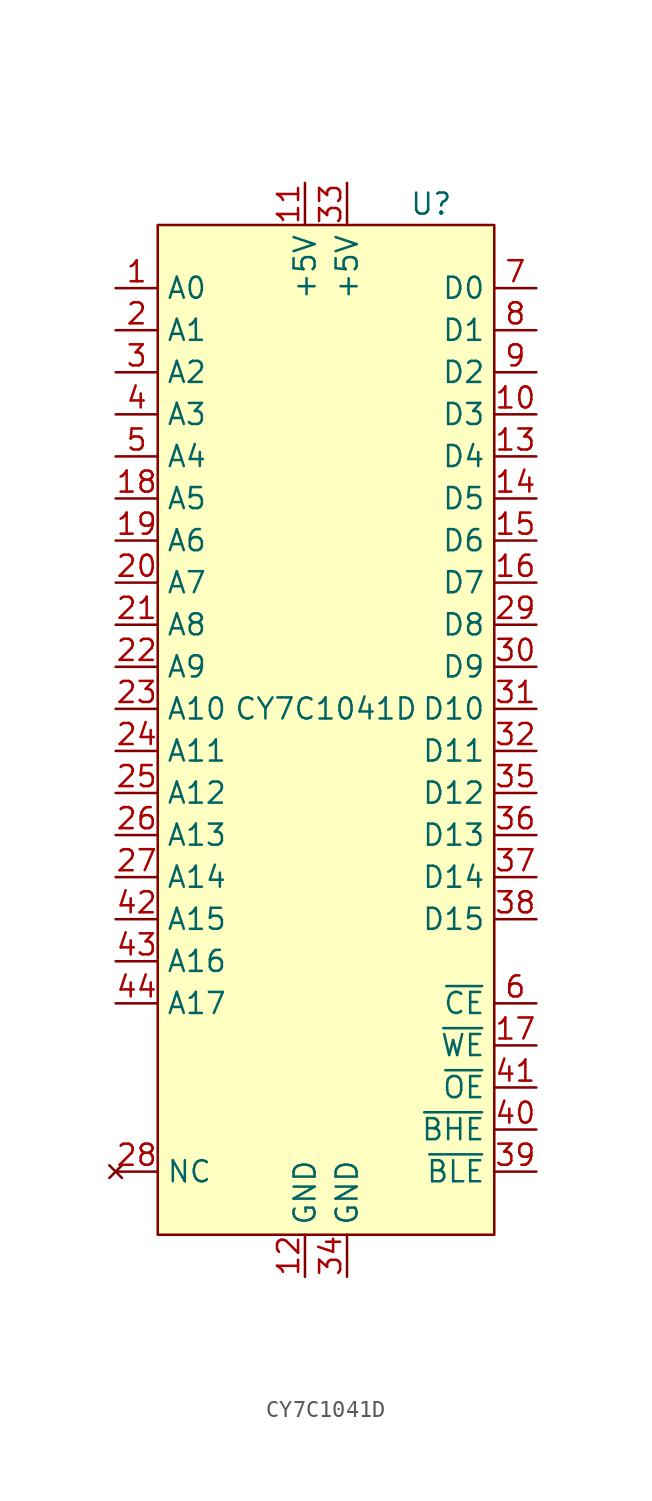
<source format=kicad_sym>
(kicad_symbol_lib
  (version 20220914)
  (generator kicad_symbol_editor)
  (symbol "CY7C1041D"
    (property "Reference" "U"
      (at 6.35 30.48 0)
      (effects (font (size 1.27 1.27))))
    (property "Value" "CY7C1041D"
      (at 0 0 0)
      (effects (font (size 1.27 1.27))))
    (symbol "CY7C1041D_1_1"
      (rectangle (start -10.16 29.21) (end 10.16 -31.75) (stroke (width 0) (type default)) (fill (type background)))
      (pin input line (at -12.7 25.4 0) (length 2.54) (name "A0" (effects (font (size 1.27 1.27)))) (number "1" (effects (font (size 1.27 1.27)))))
      (pin bidirectional line (at 12.7 17.78 180) (length 2.54) (name "D3" (effects (font (size 1.27 1.27)))) (number "10" (effects (font (size 1.27 1.27)))))
      (pin power_in line (at -1.27 31.75 270) (length 2.54) (name "+5V" (effects (font (size 1.27 1.27)))) (number "11" (effects (font (size 1.27 1.27)))))
      (pin power_in line (at -1.27 -34.29 90) (length 2.54) (name "GND" (effects (font (size 1.27 1.27)))) (number "12" (effects (font (size 1.27 1.27)))))
      (pin bidirectional line (at 12.7 15.24 180) (length 2.54) (name "D4" (effects (font (size 1.27 1.27)))) (number "13" (effects (font (size 1.27 1.27)))))
      (pin bidirectional line (at 12.7 12.7 180) (length 2.54) (name "D5" (effects (font (size 1.27 1.27)))) (number "14" (effects (font (size 1.27 1.27)))))
      (pin bidirectional line (at 12.7 10.16 180) (length 2.54) (name "D6" (effects (font (size 1.27 1.27)))) (number "15" (effects (font (size 1.27 1.27)))))
      (pin bidirectional line (at 12.7 7.62 180) (length 2.54) (name "D7" (effects (font (size 1.27 1.27)))) (number "16" (effects (font (size 1.27 1.27)))))
      (pin input line (at 12.7 -20.32 180) (length 2.54) (name "~{WE}" (effects (font (size 1.27 1.27)))) (number "17" (effects (font (size 1.27 1.27)))))
      (pin input line (at -12.7 12.7 0) (length 2.54) (name "A5" (effects (font (size 1.27 1.27)))) (number "18" (effects (font (size 1.27 1.27)))))
      (pin input line (at -12.7 10.16 0) (length 2.54) (name "A6" (effects (font (size 1.27 1.27)))) (number "19" (effects (font (size 1.27 1.27)))))
      (pin input line (at -12.7 22.86 0) (length 2.54) (name "A1" (effects (font (size 1.27 1.27)))) (number "2" (effects (font (size 1.27 1.27)))))
      (pin input line (at -12.7 7.62 0) (length 2.54) (name "A7" (effects (font (size 1.27 1.27)))) (number "20" (effects (font (size 1.27 1.27)))))
      (pin input line (at -12.7 5.08 0) (length 2.54) (name "A8" (effects (font (size 1.27 1.27)))) (number "21" (effects (font (size 1.27 1.27)))))
      (pin input line (at -12.7 2.54 0) (length 2.54) (name "A9" (effects (font (size 1.27 1.27)))) (number "22" (effects (font (size 1.27 1.27)))))
      (pin input line (at -12.7 0 0) (length 2.54) (name "A10" (effects (font (size 1.27 1.27)))) (number "23" (effects (font (size 1.27 1.27)))))
      (pin input line (at -12.7 -2.54 0) (length 2.54) (name "A11" (effects (font (size 1.27 1.27)))) (number "24" (effects (font (size 1.27 1.27)))))
      (pin input line (at -12.7 -5.08 0) (length 2.54) (name "A12" (effects (font (size 1.27 1.27)))) (number "25" (effects (font (size 1.27 1.27)))))
      (pin input line (at -12.7 -7.62 0) (length 2.54) (name "A13" (effects (font (size 1.27 1.27)))) (number "26" (effects (font (size 1.27 1.27)))))
      (pin input line (at -12.7 -10.16 0) (length 2.54) (name "A14" (effects (font (size 1.27 1.27)))) (number "27" (effects (font (size 1.27 1.27)))))
      (pin no_connect line (at -12.7 -27.94 0) (length 2.54) (name "NC" (effects (font (size 1.27 1.27)))) (number "28" (effects (font (size 1.27 1.27)))))
      (pin bidirectional line (at 12.7 5.08 180) (length 2.54) (name "D8" (effects (font (size 1.27 1.27)))) (number "29" (effects (font (size 1.27 1.27)))))
      (pin input line (at -12.7 20.32 0) (length 2.54) (name "A2" (effects (font (size 1.27 1.27)))) (number "3" (effects (font (size 1.27 1.27)))))
      (pin bidirectional line (at 12.7 2.54 180) (length 2.54) (name "D9" (effects (font (size 1.27 1.27)))) (number "30" (effects (font (size 1.27 1.27)))))
      (pin bidirectional line (at 12.7 0 180) (length 2.54) (name "D10" (effects (font (size 1.27 1.27)))) (number "31" (effects (font (size 1.27 1.27)))))
      (pin bidirectional line (at 12.7 -2.54 180) (length 2.54) (name "D11" (effects (font (size 1.27 1.27)))) (number "32" (effects (font (size 1.27 1.27)))))
      (pin power_in line (at 1.27 31.75 270) (length 2.54) (name "+5V" (effects (font (size 1.27 1.27)))) (number "33" (effects (font (size 1.27 1.27)))))
      (pin power_in line (at 1.27 -34.29 90) (length 2.54) (name "GND" (effects (font (size 1.27 1.27)))) (number "34" (effects (font (size 1.27 1.27)))))
      (pin bidirectional line (at 12.7 -5.08 180) (length 2.54) (name "D12" (effects (font (size 1.27 1.27)))) (number "35" (effects (font (size 1.27 1.27)))))
      (pin bidirectional line (at 12.7 -7.62 180) (length 2.54) (name "D13" (effects (font (size 1.27 1.27)))) (number "36" (effects (font (size 1.27 1.27)))))
      (pin bidirectional line (at 12.7 -10.16 180) (length 2.54) (name "D14" (effects (font (size 1.27 1.27)))) (number "37" (effects (font (size 1.27 1.27)))))
      (pin bidirectional line (at 12.7 -12.7 180) (length 2.54) (name "D15" (effects (font (size 1.27 1.27)))) (number "38" (effects (font (size 1.27 1.27)))))
      (pin input line (at 12.7 -27.94 180) (length 2.54) (name "~{BLE}" (effects (font (size 1.27 1.27)))) (number "39" (effects (font (size 1.27 1.27)))))
      (pin input line (at -12.7 17.78 0) (length 2.54) (name "A3" (effects (font (size 1.27 1.27)))) (number "4" (effects (font (size 1.27 1.27)))))
      (pin input line (at 12.7 -25.4 180) (length 2.54) (name "~{BHE}" (effects (font (size 1.27 1.27)))) (number "40" (effects (font (size 1.27 1.27)))))
      (pin input line (at 12.7 -22.86 180) (length 2.54) (name "~{OE}" (effects (font (size 1.27 1.27)))) (number "41" (effects (font (size 1.27 1.27)))))
      (pin input line (at -12.7 -12.7 0) (length 2.54) (name "A15" (effects (font (size 1.27 1.27)))) (number "42" (effects (font (size 1.27 1.27)))))
      (pin input line (at -12.7 -15.24 0) (length 2.54) (name "A16" (effects (font (size 1.27 1.27)))) (number "43" (effects (font (size 1.27 1.27)))))
      (pin input line (at -12.7 -17.78 0) (length 2.54) (name "A17" (effects (font (size 1.27 1.27)))) (number "44" (effects (font (size 1.27 1.27)))))
      (pin input line (at -12.7 15.24 0) (length 2.54) (name "A4" (effects (font (size 1.27 1.27)))) (number "5" (effects (font (size 1.27 1.27)))))
      (pin input line (at 12.7 -17.78 180) (length 2.54) (name "~{CE}" (effects (font (size 1.27 1.27)))) (number "6" (effects (font (size 1.27 1.27)))))
      (pin bidirectional line (at 12.7 25.4 180) (length 2.54) (name "D0" (effects (font (size 1.27 1.27)))) (number "7" (effects (font (size 1.27 1.27)))))
      (pin bidirectional line (at 12.7 22.86 180) (length 2.54) (name "D1" (effects (font (size 1.27 1.27)))) (number "8" (effects (font (size 1.27 1.27)))))
      (pin bidirectional line (at 12.7 20.32 180) (length 2.54) (name "D2" (effects (font (size 1.27 1.27)))) (number "9" (effects (font (size 1.27 1.27))))))))
</source>
